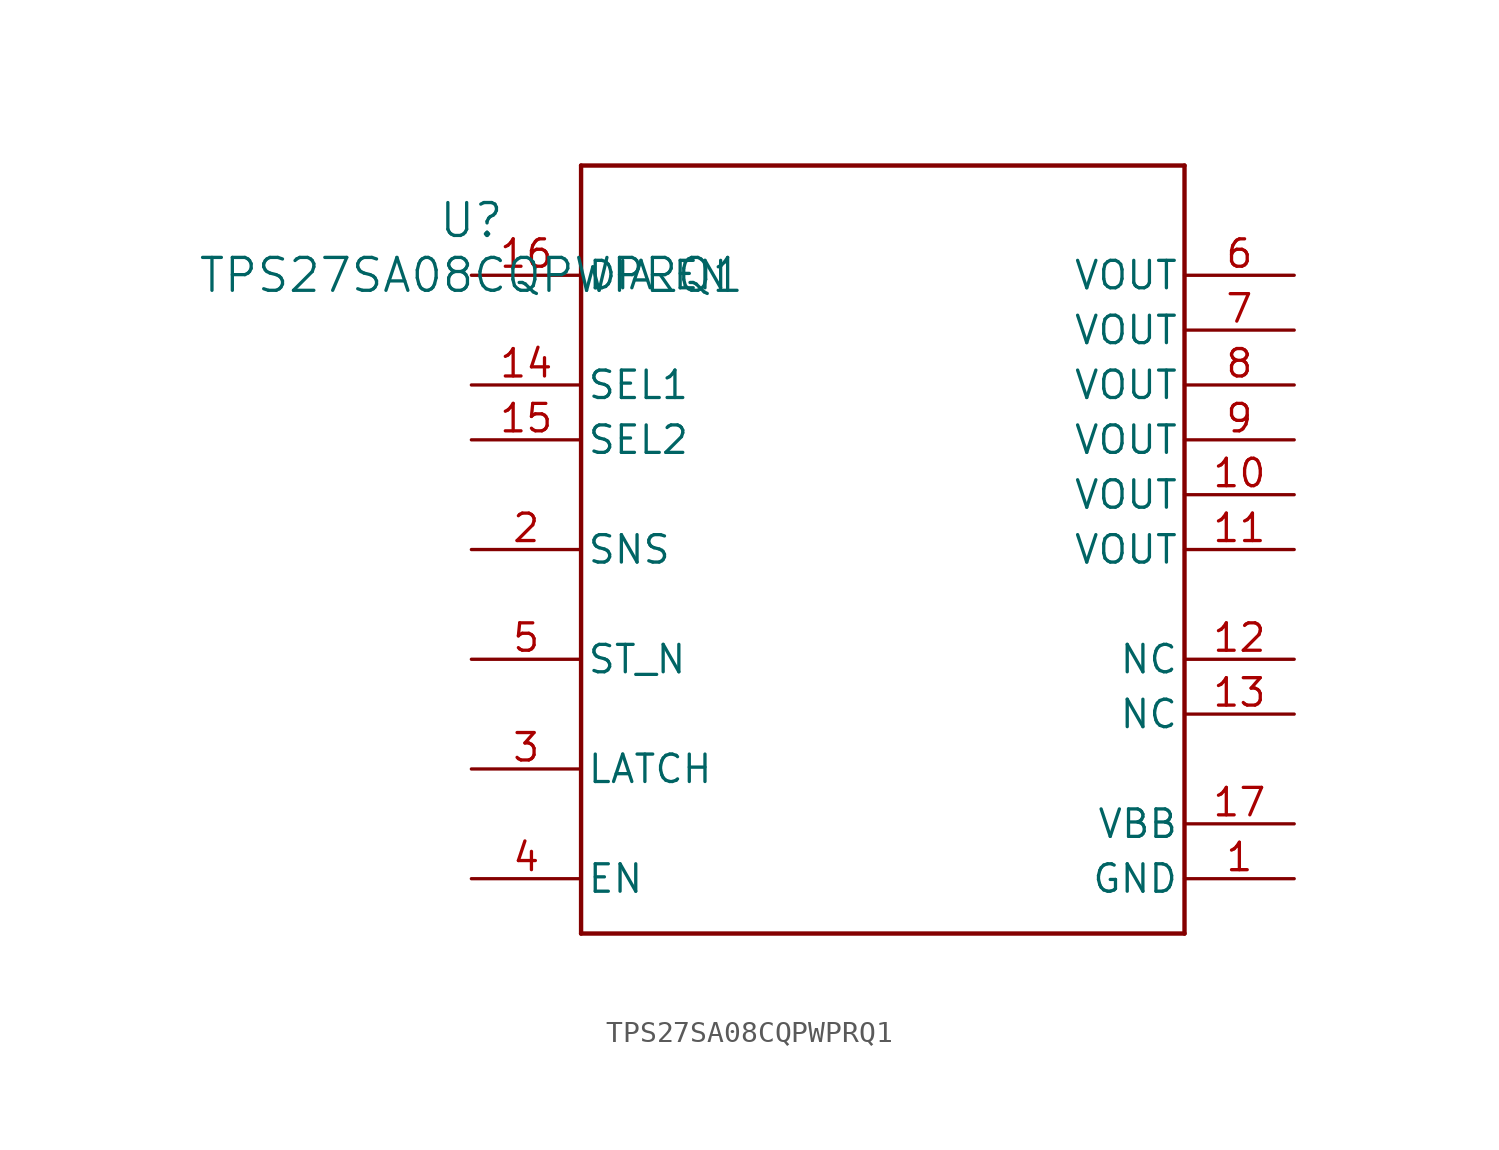
<source format=kicad_sym>
(kicad_symbol_lib
  (version 20241209)
  (generator "kicad_symbol_editor")
  (generator_version "9.0")
  (symbol "TPS27SA08CQPWPRQ1"
    (pin_names
      (offset 0.254))
    (property "Reference" "U"
      (at 0 2.54 0)
      (effects (font (size 1.524 1.524))))
    (property "Value" "TPS27SA08CQPWPRQ1"
      (at 0 0 0)
      (effects (font (size 1.524 1.524))))
    (property "ki_locked" ""
      (at 0 0 0)
      (effects (font (size 1.27 1.27))))
    (symbol "TPS27SA08CQPWPRQ1_0_1"
      (polyline (pts (xy 5.08 5.08) (xy 5.08 -30.48)) (stroke (width 0.203) (type default)) (fill (type none)))
      (polyline (pts (xy 5.08 -30.48) (xy 33.02 -30.48)) (stroke (width 0.203) (type default)) (fill (type none)))
      (polyline (pts (xy 33.02 5.08) (xy 5.08 5.08)) (stroke (width 0.203) (type default)) (fill (type none)))
      (polyline (pts (xy 33.02 -30.48) (xy 33.02 5.08)) (stroke (width 0.203) (type default)) (fill (type none)))
      (pin input line (at 0 0 0) (length 5.08) (name "DIA_EN" (effects (font (size 1.27 1.27)))) (number "16" (effects (font (size 1.27 1.27)))))
      (pin input line (at 0 -5.08 0) (length 5.08) (name "SEL1" (effects (font (size 1.27 1.27)))) (number "14" (effects (font (size 1.27 1.27)))))
      (pin input line (at 0 -7.62 0) (length 5.08) (name "SEL2" (effects (font (size 1.27 1.27)))) (number "15" (effects (font (size 1.27 1.27)))))
      (pin output line (at 0 -12.7 0) (length 5.08) (name "SNS" (effects (font (size 1.27 1.27)))) (number "2" (effects (font (size 1.27 1.27)))))
      (pin output line (at 0 -17.78 0) (length 5.08) (name "ST_N" (effects (font (size 1.27 1.27)))) (number "5" (effects (font (size 1.27 1.27)))))
      (pin input line (at 0 -22.86 0) (length 5.08) (name "LATCH" (effects (font (size 1.27 1.27)))) (number "3" (effects (font (size 1.27 1.27)))))
      (pin input line (at 0 -27.94 0) (length 5.08) (name "EN" (effects (font (size 1.27 1.27)))) (number "4" (effects (font (size 1.27 1.27)))))
      (pin unspecified line (at 38.1 -17.78 180) (length 5.08) (name "NC" (effects (font (size 1.27 1.27)))) (number "12" (effects (font (size 1.27 1.27)))))
      (pin unspecified line (at 38.1 -20.32 180) (length 5.08) (name "NC" (effects (font (size 1.27 1.27)))) (number "13" (effects (font (size 1.27 1.27)))))
      (pin power_in line (at 38.1 -25.4 180) (length 5.08) (name "VBB" (effects (font (size 1.27 1.27)))) (number "17" (effects (font (size 1.27 1.27)))))
      (pin power_in line (at 38.1 -27.94 180) (length 5.08) (name "GND" (effects (font (size 1.27 1.27)))) (number "1" (effects (font (size 1.27 1.27))))))
    (symbol "TPS27SA08CQPWPRQ1_1_1"
      (pin power_in line (at 38.1 0 180) (length 5.08) (name "VOUT" (effects (font (size 1.27 1.27)))) (number "6" (effects (font (size 1.27 1.27)))))
      (pin power_in line (at 38.1 -2.54 180) (length 5.08) (name "VOUT" (effects (font (size 1.27 1.27)))) (number "7" (effects (font (size 1.27 1.27)))))
      (pin power_in line (at 38.1 -5.08 180) (length 5.08) (name "VOUT" (effects (font (size 1.27 1.27)))) (number "8" (effects (font (size 1.27 1.27)))))
      (pin power_in line (at 38.1 -7.62 180) (length 5.08) (name "VOUT" (effects (font (size 1.27 1.27)))) (number "9" (effects (font (size 1.27 1.27)))))
      (pin power_in line (at 38.1 -10.16 180) (length 5.08) (name "VOUT" (effects (font (size 1.27 1.27)))) (number "10" (effects (font (size 1.27 1.27)))))
      (pin power_in line (at 38.1 -12.7 180) (length 5.08) (name "VOUT" (effects (font (size 1.27 1.27)))) (number "11" (effects (font (size 1.27 1.27))))))))
</source>
